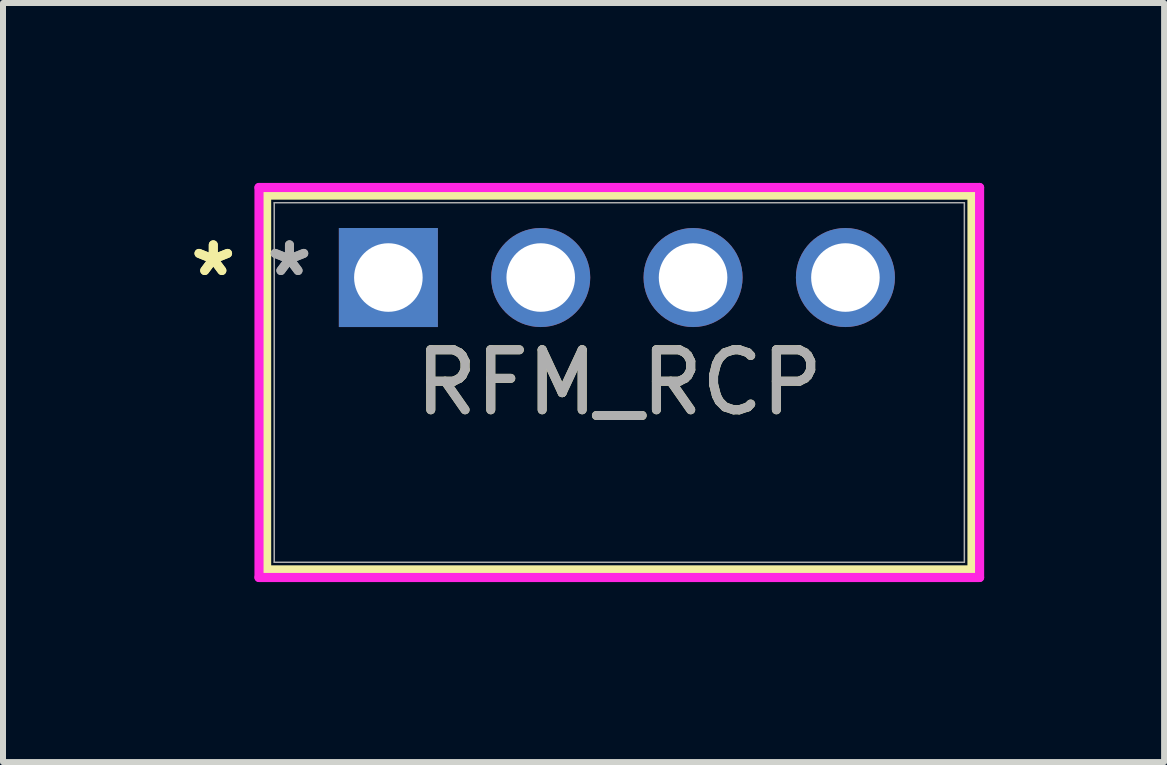
<source format=kicad_pcb>
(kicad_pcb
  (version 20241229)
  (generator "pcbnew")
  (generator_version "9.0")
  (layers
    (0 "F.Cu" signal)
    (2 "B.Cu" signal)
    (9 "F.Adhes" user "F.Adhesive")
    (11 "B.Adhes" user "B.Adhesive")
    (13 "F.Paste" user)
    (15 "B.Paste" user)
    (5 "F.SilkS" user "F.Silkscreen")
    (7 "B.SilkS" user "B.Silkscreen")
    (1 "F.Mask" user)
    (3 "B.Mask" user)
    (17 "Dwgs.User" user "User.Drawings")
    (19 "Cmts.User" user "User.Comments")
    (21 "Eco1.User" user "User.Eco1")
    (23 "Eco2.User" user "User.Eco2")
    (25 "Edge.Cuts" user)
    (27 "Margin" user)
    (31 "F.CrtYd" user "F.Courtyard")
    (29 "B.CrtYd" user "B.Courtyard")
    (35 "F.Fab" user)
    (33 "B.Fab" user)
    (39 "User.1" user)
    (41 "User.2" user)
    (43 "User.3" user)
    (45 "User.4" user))
  (footprint "RFM_RCP"
    (layer "F.Cu")
    (at 3.425 1.577)
    (property "Reference" "RFM_RCP" (at 3.85 1.75 0) (unlocked yes) (layer "F.SilkS") (effects (font (size 1 1) (thickness 0.15))))
    (attr through_hole)
    (fp_line (start -2.03 -1.374) (end -2.03 4.874) (stroke (width 0.152) (type solid)) (layer "F.SilkS"))
    (fp_line (start -2.03 4.874) (end 9.73 4.874) (stroke (width 0.152) (type solid)) (layer "F.SilkS"))
    (fp_line (start 9.73 -1.374) (end -2.03 -1.374) (stroke (width 0.152) (type solid)) (layer "F.SilkS"))
    (fp_line (start 9.73 4.874) (end 9.73 -1.374) (stroke (width 0.152) (type solid)) (layer "F.SilkS"))
    (fp_line (start -2.157 -1.501) (end 9.857 -1.501) (stroke (width 0.152) (type solid)) (layer "F.CrtYd"))
    (fp_line (start -2.157 5.001) (end -2.157 -1.501) (stroke (width 0.152) (type solid)) (layer "F.CrtYd"))
    (fp_line (start 9.857 -1.501) (end 9.857 5.001) (stroke (width 0.152) (type solid)) (layer "F.CrtYd"))
    (fp_line (start 9.857 5.001) (end -2.157 5.001) (stroke (width 0.152) (type solid)) (layer "F.CrtYd"))
    (fp_line (start -1.903 -1.247) (end -1.903 4.747) (stroke (width 0.025) (type solid)) (layer "F.Fab"))
    (fp_line (start -1.903 4.747) (end 9.603 4.747) (stroke (width 0.025) (type solid)) (layer "F.Fab"))
    (fp_line (start 9.603 -1.247) (end -1.903 -1.247) (stroke (width 0.025) (type solid)) (layer "F.Fab"))
    (fp_line (start 9.603 4.747) (end 9.603 -1.247) (stroke (width 0.025) (type solid)) (layer "F.Fab"))
    (fp_text user "*" (at -2.919 0 0) (unlocked yes) (layer "F.SilkS") (effects (font (size 1 1) (thickness 0.15))))
    (fp_text user "*" (at -2.919 0 0) (layer "F.SilkS") (effects (font (size 1 1) (thickness 0.15))))
    (fp_text user "*" (at -1.649 0 0) (layer "F.Fab") (effects (font (size 1 1) (thickness 0.15))))
    (fp_text user "${REFERENCE}" (at 3.85 1.75 0) (unlocked yes) (layer "F.Fab") (effects (font (size 1 1) (thickness 0.15))))
    (fp_text user "*" (at -1.649 0 0) (unlocked yes) (layer "F.Fab") (effects (font (size 1 1) (thickness 0.15))))
    (pad "1" thru_hole rect (at 0 0.000001) (size 1.651 1.651) (drill 1.143) (layers "*.Cu" "*.Mask"))
    (pad "2" thru_hole circle (at 2.54 0.000001) (size 1.651 1.651) (drill 1.143) (layers "*.Cu" "*.Mask"))
    (pad "3" thru_hole circle (at 5.08 0.000001) (size 1.651 1.651) (drill 1.143) (layers "*.Cu" "*.Mask"))
    (pad "4" thru_hole circle (at 7.62 0.000001) (size 1.651 1.651) (drill 1.143) (layers "*.Cu" "*.Mask")))
  (gr_rect
    (start -3 -3)
    (end 16.358 9.655)
    (stroke (width 0.1) (type default))
    (fill no)
    (layer "Edge.Cuts")))
</source>
